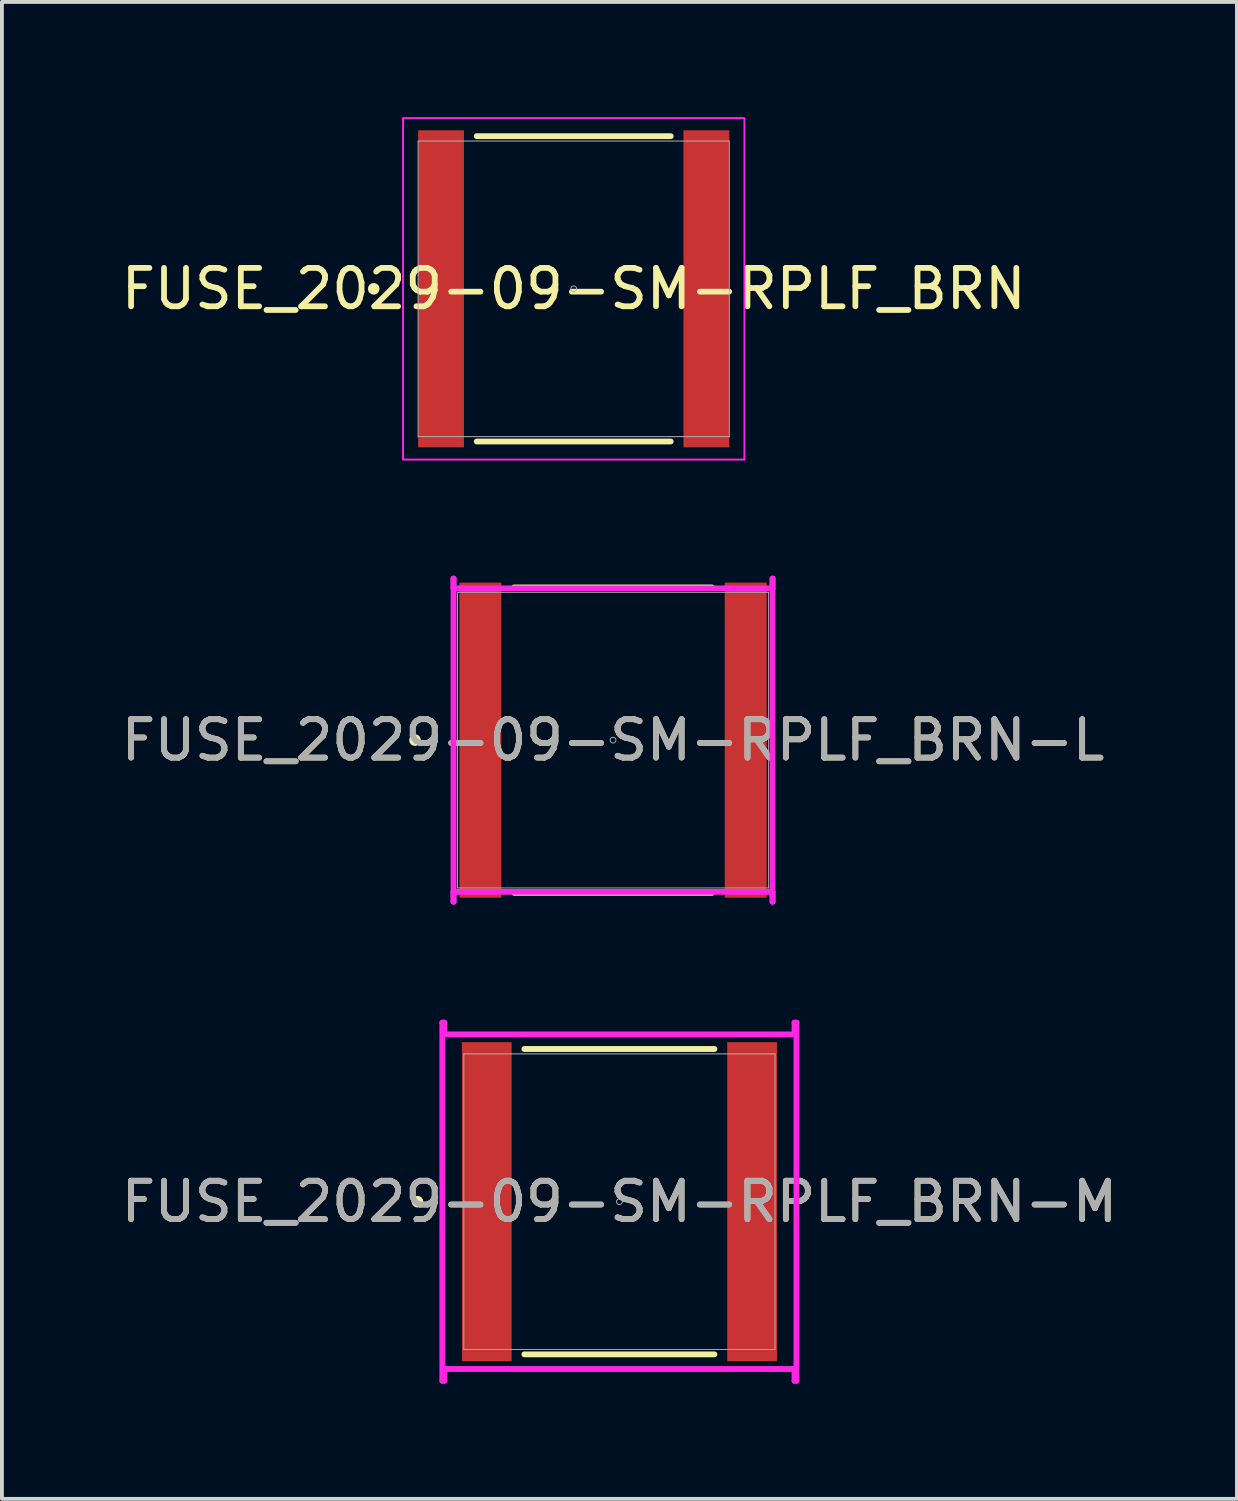
<source format=kicad_pcb>
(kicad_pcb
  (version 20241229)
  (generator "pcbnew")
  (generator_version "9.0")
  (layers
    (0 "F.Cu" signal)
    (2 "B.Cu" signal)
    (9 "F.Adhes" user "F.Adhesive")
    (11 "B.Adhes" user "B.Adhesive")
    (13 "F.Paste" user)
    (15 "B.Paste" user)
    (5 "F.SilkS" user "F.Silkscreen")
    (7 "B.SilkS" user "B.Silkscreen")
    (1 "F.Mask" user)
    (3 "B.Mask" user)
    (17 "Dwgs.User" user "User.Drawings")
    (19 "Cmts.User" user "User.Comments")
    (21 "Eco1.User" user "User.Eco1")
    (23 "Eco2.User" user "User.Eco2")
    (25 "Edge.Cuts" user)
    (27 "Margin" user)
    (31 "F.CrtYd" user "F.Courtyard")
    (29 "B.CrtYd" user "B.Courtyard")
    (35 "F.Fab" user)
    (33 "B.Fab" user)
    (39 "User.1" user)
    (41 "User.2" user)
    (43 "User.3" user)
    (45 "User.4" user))
  (footprint "FUSE_2029-09-SM-RPLF_BRN"
    (layer "F.Cu")
    (at 11.887 4.47)
    (property "Reference" "FUSE_2029-09-SM-RPLF_BRN" (at 0 0 0) (unlocked yes) (layer "F.SilkS") (effects (font (size 1 1) (thickness 0.15))))
    (attr smd)
    (fp_line (start -2.525 3.975) (end 2.525 3.975) (stroke (width 0.152) (type solid)) (layer "F.SilkS"))
    (fp_line (start 2.525 -3.975) (end -2.525 -3.975) (stroke (width 0.152) (type solid)) (layer "F.SilkS"))
    (fp_circle (center -5.207 0) (end -5.131 0) (stroke (width 0.152) (type solid)) (fill no) (layer "F.SilkS"))
    (fp_rect (start -4.445 -4.445) (end 4.445 4.445) (stroke (width 0.05) (type default)) (fill no) (layer "F.CrtYd"))
    (fp_line (start -4.051 -3.848) (end -4.051 3.848) (stroke (width 0.025) (type solid)) (layer "F.Fab"))
    (fp_line (start -4.051 3.848) (end 4.051 3.848) (stroke (width 0.025) (type solid)) (layer "F.Fab"))
    (fp_line (start 4.051 -3.848) (end -4.051 -3.848) (stroke (width 0.025) (type solid)) (layer "F.Fab"))
    (fp_line (start 4.051 3.848) (end 4.051 -3.848) (stroke (width 0.025) (type solid)) (layer "F.Fab"))
    (fp_circle (center 0 0) (end 0.076 0) (stroke (width 0.025) (type solid)) (fill no) (layer "F.Fab"))
    (pad "1" smd rect (at -3.454 0) (size 1.194 8.255) (layers "F.Cu" "F.Mask" "F.Paste"))
    (pad "2" smd rect (at 3.454 0) (size 1.194 8.255) (layers "F.Cu" "F.Mask" "F.Paste")))
  (footprint "FUSE_2029-09-SM-RPLF_BRN-M"
    (layer "F.Cu")
    (at 13.077 28.237)
    (property "Reference" "FUSE_2029-09-SM-RPLF_BRN-M" (at 0 0 0) (unlocked yes) (layer "F.SilkS") (effects (font (size 1 1) (thickness 0.15))))
    (attr smd)
    (fp_line (start -2.474 3.975) (end 2.474 3.975) (stroke (width 0.152) (type solid)) (layer "F.SilkS"))
    (fp_line (start 2.474 -3.975) (end -2.474 -3.975) (stroke (width 0.152) (type solid)) (layer "F.SilkS"))
    (fp_circle (center -5.258 0) (end -5.182 0) (stroke (width 0.152) (type solid)) (fill no) (layer "F.SilkS"))
    (fp_line (start -4.61 -4.661) (end -4.559 -4.661) (stroke (width 0.152) (type solid)) (layer "F.CrtYd"))
    (fp_line (start -4.61 4.661) (end -4.61 -4.661) (stroke (width 0.152) (type solid)) (layer "F.CrtYd"))
    (fp_line (start -4.61 4.661) (end -4.559 4.661) (stroke (width 0.152) (type solid)) (layer "F.CrtYd"))
    (fp_line (start -4.559 -4.661) (end -4.559 -4.356) (stroke (width 0.152) (type solid)) (layer "F.CrtYd"))
    (fp_line (start -4.559 -4.356) (end 4.559 -4.356) (stroke (width 0.152) (type solid)) (layer "F.CrtYd"))
    (fp_line (start -4.559 4.356) (end -4.559 4.661) (stroke (width 0.152) (type solid)) (layer "F.CrtYd"))
    (fp_line (start 4.559 -4.356) (end 4.559 -4.661) (stroke (width 0.152) (type solid)) (layer "F.CrtYd"))
    (fp_line (start 4.559 4.356) (end -4.559 4.356) (stroke (width 0.152) (type solid)) (layer "F.CrtYd"))
    (fp_line (start 4.559 4.661) (end 4.559 4.356) (stroke (width 0.152) (type solid)) (layer "F.CrtYd"))
    (fp_line (start 4.61 -4.661) (end 4.559 -4.661) (stroke (width 0.152) (type solid)) (layer "F.CrtYd"))
    (fp_line (start 4.61 -4.661) (end 4.61 4.661) (stroke (width 0.152) (type solid)) (layer "F.CrtYd"))
    (fp_line (start 4.61 4.661) (end 4.559 4.661) (stroke (width 0.152) (type solid)) (layer "F.CrtYd"))
    (fp_line (start -4.051 -3.848) (end -4.051 3.848) (stroke (width 0.025) (type solid)) (layer "F.Fab"))
    (fp_line (start -4.051 3.848) (end 4.051 3.848) (stroke (width 0.025) (type solid)) (layer "F.Fab"))
    (fp_line (start 4.051 -3.848) (end -4.051 -3.848) (stroke (width 0.025) (type solid)) (layer "F.Fab"))
    (fp_line (start 4.051 3.848) (end 4.051 -3.848) (stroke (width 0.025) (type solid)) (layer "F.Fab"))
    (fp_circle (center 0 0) (end 0.076 0) (stroke (width 0.025) (type solid)) (fill no) (layer "F.Fab"))
    (fp_text user "${REFERENCE}" (at 0 0 0) (unlocked yes) (layer "F.Fab") (effects (font (size 1 1) (thickness 0.15))))
    (pad "1" smd rect (at -3.454 0) (size 1.295 8.306) (layers "F.Cu" "F.Mask" "F.Paste"))
    (pad "2" smd rect (at 3.454 0) (size 1.295 8.306) (layers "F.Cu" "F.Mask" "F.Paste")))
  (footprint "FUSE_2029-09-SM-RPLF_BRN-L"
    (layer "F.Cu")
    (at 12.911 16.22)
    (property "Reference" "FUSE_2029-09-SM-RPLF_BRN-L" (at 0 0 0) (unlocked yes) (layer "F.SilkS") (effects (font (size 1 1) (thickness 0.15))))
    (attr smd)
    (fp_line (start -2.576 3.975) (end 2.576 3.975) (stroke (width 0.152) (type solid)) (layer "F.SilkS"))
    (fp_line (start 2.576 -3.975) (end -2.576 -3.975) (stroke (width 0.152) (type solid)) (layer "F.SilkS"))
    (fp_circle (center -5.156 0) (end -5.08 0) (stroke (width 0.152) (type solid)) (fill no) (layer "F.SilkS"))
    (fp_line (start -4.153 -4.204) (end -4.153 -4.204) (stroke (width 0.152) (type solid)) (layer "F.CrtYd"))
    (fp_line (start -4.153 -4.204) (end -4.153 -3.95) (stroke (width 0.152) (type solid)) (layer "F.CrtYd"))
    (fp_line (start -4.153 -3.95) (end 4.153 -3.95) (stroke (width 0.152) (type solid)) (layer "F.CrtYd"))
    (fp_line (start -4.153 3.95) (end -4.153 4.204) (stroke (width 0.152) (type solid)) (layer "F.CrtYd"))
    (fp_line (start -4.153 4.204) (end -4.153 -4.204) (stroke (width 0.152) (type solid)) (layer "F.CrtYd"))
    (fp_line (start -4.153 4.204) (end -4.153 4.204) (stroke (width 0.152) (type solid)) (layer "F.CrtYd"))
    (fp_line (start 4.153 -4.204) (end 4.153 -4.204) (stroke (width 0.152) (type solid)) (layer "F.CrtYd"))
    (fp_line (start 4.153 -4.204) (end 4.153 4.204) (stroke (width 0.152) (type solid)) (layer "F.CrtYd"))
    (fp_line (start 4.153 -3.95) (end 4.153 -4.204) (stroke (width 0.152) (type solid)) (layer "F.CrtYd"))
    (fp_line (start 4.153 3.95) (end -4.153 3.95) (stroke (width 0.152) (type solid)) (layer "F.CrtYd"))
    (fp_line (start 4.153 4.204) (end 4.153 3.95) (stroke (width 0.152) (type solid)) (layer "F.CrtYd"))
    (fp_line (start 4.153 4.204) (end 4.153 4.204) (stroke (width 0.152) (type solid)) (layer "F.CrtYd"))
    (fp_line (start -4.051 -3.848) (end -4.051 3.848) (stroke (width 0.025) (type solid)) (layer "F.Fab"))
    (fp_line (start -4.051 3.848) (end 4.051 3.848) (stroke (width 0.025) (type solid)) (layer "F.Fab"))
    (fp_line (start 4.051 -3.848) (end -4.051 -3.848) (stroke (width 0.025) (type solid)) (layer "F.Fab"))
    (fp_line (start 4.051 3.848) (end 4.051 -3.848) (stroke (width 0.025) (type solid)) (layer "F.Fab"))
    (fp_circle (center 0 0) (end 0.076 0) (stroke (width 0.025) (type solid)) (fill no) (layer "F.Fab"))
    (fp_text user "${REFERENCE}" (at 0 0 0) (unlocked yes) (layer "F.Fab") (effects (font (size 1 1) (thickness 0.15))))
    (pad "1" smd rect (at -3.454 0) (size 1.092 8.204) (layers "F.Cu" "F.Mask" "F.Paste"))
    (pad "2" smd rect (at 3.454 0) (size 1.092 8.204) (layers "F.Cu" "F.Mask" "F.Paste")))
  (gr_rect
    (start -3 -3)
    (end 29.155 35.974)
    (stroke (width 0.1) (type default))
    (fill no)
    (layer "Edge.Cuts")))
</source>
